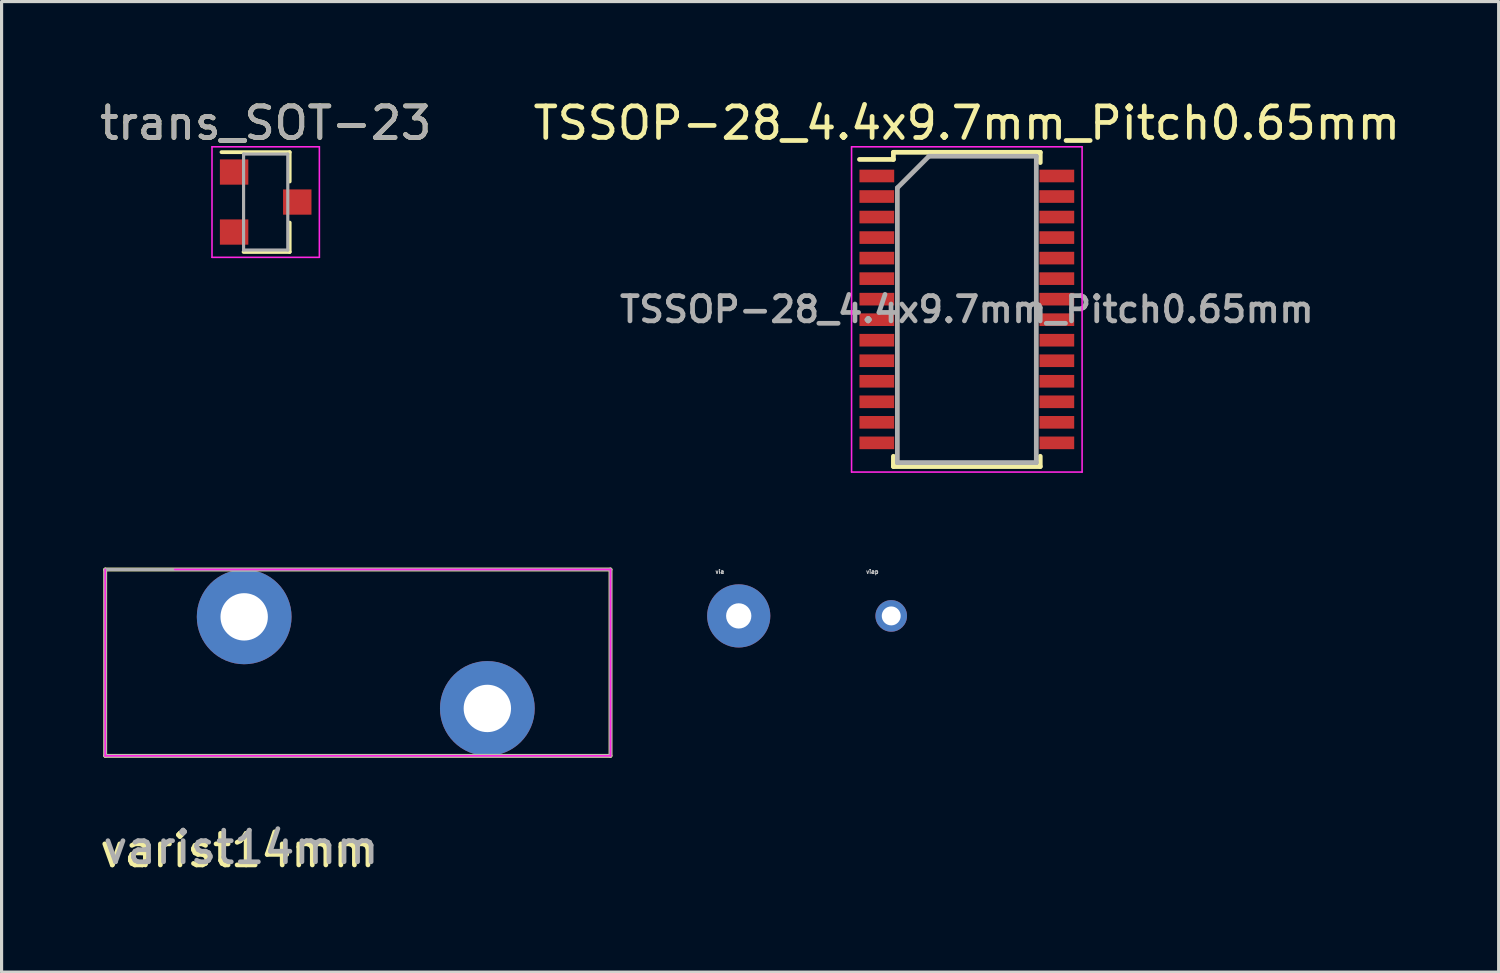
<source format=kicad_pcb>
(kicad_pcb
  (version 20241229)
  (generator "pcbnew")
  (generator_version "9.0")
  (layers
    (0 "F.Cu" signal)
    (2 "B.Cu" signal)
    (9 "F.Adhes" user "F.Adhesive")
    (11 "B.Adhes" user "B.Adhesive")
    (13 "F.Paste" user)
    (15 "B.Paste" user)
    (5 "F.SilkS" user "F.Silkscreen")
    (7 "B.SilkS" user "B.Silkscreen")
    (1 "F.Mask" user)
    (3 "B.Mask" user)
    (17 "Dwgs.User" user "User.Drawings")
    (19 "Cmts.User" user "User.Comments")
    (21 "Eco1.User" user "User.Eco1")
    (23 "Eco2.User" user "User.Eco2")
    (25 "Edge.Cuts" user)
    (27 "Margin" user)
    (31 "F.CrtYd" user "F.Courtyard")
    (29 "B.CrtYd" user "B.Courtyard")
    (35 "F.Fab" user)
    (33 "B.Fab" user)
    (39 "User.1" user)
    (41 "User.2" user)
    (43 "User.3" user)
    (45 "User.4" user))
  (footprint "viap"
    (layer "F.Cu")
    (at 25.171 16.453)
    (property "Reference" "viap" (at -0.6 -1.4 0) (layer "Dwgs.User") (effects (font (size 0.127 0.127) (thickness 0.032))))
    (attr through_hole)
    (pad "1" thru_hole circle (at 0 0) (size 1 1) (drill 0.6) (layers "*.Cu" "*.Mask")))
  (footprint "TSSOP-28_4.4x9.7mm_Pitch0.65mm"
    (layer "F.Cu")
    (at 27.565 6.748)
    (property "Reference" "TSSOP-28_4.4x9.7mm_Pitch0.65mm" (at 0 -5.9 0) (layer "F.SilkS") (effects (font (size 1 1) (thickness 0.15))))
    (attr smd)
    (fp_line (start -2.325 -4.975) (end -2.325 -4.75) (stroke (width 0.15) (type solid)) (layer "F.SilkS"))
    (fp_line (start -2.325 -4.975) (end 2.325 -4.975) (stroke (width 0.15) (type solid)) (layer "F.SilkS"))
    (fp_line (start -2.325 -4.75) (end -3.4 -4.75) (stroke (width 0.15) (type solid)) (layer "F.SilkS"))
    (fp_line (start -2.325 4.975) (end -2.325 4.65) (stroke (width 0.15) (type solid)) (layer "F.SilkS"))
    (fp_line (start -2.325 4.975) (end 2.325 4.975) (stroke (width 0.15) (type solid)) (layer "F.SilkS"))
    (fp_line (start 2.325 -4.975) (end 2.325 -4.65) (stroke (width 0.15) (type solid)) (layer "F.SilkS"))
    (fp_line (start 2.325 4.975) (end 2.325 4.65) (stroke (width 0.15) (type solid)) (layer "F.SilkS"))
    (fp_line (start -3.65 -5.15) (end -3.65 5.15) (stroke (width 0.05) (type solid)) (layer "F.CrtYd"))
    (fp_line (start -3.65 -5.15) (end 3.65 -5.15) (stroke (width 0.05) (type solid)) (layer "F.CrtYd"))
    (fp_line (start -3.65 5.15) (end 3.65 5.15) (stroke (width 0.05) (type solid)) (layer "F.CrtYd"))
    (fp_line (start 3.65 -5.15) (end 3.65 5.15) (stroke (width 0.05) (type solid)) (layer "F.CrtYd"))
    (fp_line (start -2.2 -3.85) (end -1.2 -4.85) (stroke (width 0.15) (type solid)) (layer "F.Fab"))
    (fp_line (start -2.2 4.85) (end -2.2 -3.85) (stroke (width 0.15) (type solid)) (layer "F.Fab"))
    (fp_line (start -1.2 -4.85) (end 2.2 -4.85) (stroke (width 0.15) (type solid)) (layer "F.Fab"))
    (fp_line (start 2.2 -4.85) (end 2.2 4.85) (stroke (width 0.15) (type solid)) (layer "F.Fab"))
    (fp_line (start 2.2 4.85) (end -2.2 4.85) (stroke (width 0.15) (type solid)) (layer "F.Fab"))
    (fp_text user "${REFERENCE}" (at 0 0 0) (layer "F.Fab") (effects (font (size 0.8 0.8) (thickness 0.15))))
    (pad "1" smd rect (at -2.85 -4.225) (size 1.1 0.4) (layers "F.Cu" "F.Mask" "F.Paste"))
    (pad "2" smd rect (at -2.85 -3.575) (size 1.1 0.4) (layers "F.Cu" "F.Mask" "F.Paste"))
    (pad "3" smd rect (at -2.85 -2.925) (size 1.1 0.4) (layers "F.Cu" "F.Mask" "F.Paste"))
    (pad "4" smd rect (at -2.85 -2.275) (size 1.1 0.4) (layers "F.Cu" "F.Mask" "F.Paste"))
    (pad "5" smd rect (at -2.85 -1.625) (size 1.1 0.4) (layers "F.Cu" "F.Mask" "F.Paste"))
    (pad "6" smd rect (at -2.85 -0.975) (size 1.1 0.4) (layers "F.Cu" "F.Mask" "F.Paste"))
    (pad "7" smd rect (at -2.85 -0.325) (size 1.1 0.4) (layers "F.Cu" "F.Mask" "F.Paste"))
    (pad "8" smd rect (at -2.85 0.325) (size 1.1 0.4) (layers "F.Cu" "F.Mask" "F.Paste"))
    (pad "9" smd rect (at -2.85 0.975) (size 1.1 0.4) (layers "F.Cu" "F.Mask" "F.Paste"))
    (pad "10" smd rect (at -2.85 1.625) (size 1.1 0.4) (layers "F.Cu" "F.Mask" "F.Paste"))
    (pad "11" smd rect (at -2.85 2.275) (size 1.1 0.4) (layers "F.Cu" "F.Mask" "F.Paste"))
    (pad "12" smd rect (at -2.85 2.925) (size 1.1 0.4) (layers "F.Cu" "F.Mask" "F.Paste"))
    (pad "13" smd rect (at -2.85 3.575) (size 1.1 0.4) (layers "F.Cu" "F.Mask" "F.Paste"))
    (pad "14" smd rect (at -2.85 4.225) (size 1.1 0.4) (layers "F.Cu" "F.Mask" "F.Paste"))
    (pad "15" smd rect (at 2.85 4.225) (size 1.1 0.4) (layers "F.Cu" "F.Mask" "F.Paste"))
    (pad "16" smd rect (at 2.85 3.575) (size 1.1 0.4) (layers "F.Cu" "F.Mask" "F.Paste"))
    (pad "17" smd rect (at 2.85 2.925) (size 1.1 0.4) (layers "F.Cu" "F.Mask" "F.Paste"))
    (pad "18" smd rect (at 2.85 2.275) (size 1.1 0.4) (layers "F.Cu" "F.Mask" "F.Paste"))
    (pad "19" smd rect (at 2.85 1.625) (size 1.1 0.4) (layers "F.Cu" "F.Mask" "F.Paste"))
    (pad "20" smd rect (at 2.85 0.975) (size 1.1 0.4) (layers "F.Cu" "F.Mask" "F.Paste"))
    (pad "21" smd rect (at 2.85 0.325) (size 1.1 0.4) (layers "F.Cu" "F.Mask" "F.Paste"))
    (pad "22" smd rect (at 2.85 -0.325) (size 1.1 0.4) (layers "F.Cu" "F.Mask" "F.Paste"))
    (pad "23" smd rect (at 2.85 -0.975) (size 1.1 0.4) (layers "F.Cu" "F.Mask" "F.Paste"))
    (pad "24" smd rect (at 2.85 -1.625) (size 1.1 0.4) (layers "F.Cu" "F.Mask" "F.Paste"))
    (pad "25" smd rect (at 2.85 -2.275) (size 1.1 0.4) (layers "F.Cu" "F.Mask" "F.Paste"))
    (pad "26" smd rect (at 2.85 -2.925) (size 1.1 0.4) (layers "F.Cu" "F.Mask" "F.Paste"))
    (pad "27" smd rect (at 2.85 -3.575) (size 1.1 0.4) (layers "F.Cu" "F.Mask" "F.Paste"))
    (pad "28" smd rect (at 2.85 -4.225) (size 1.1 0.4) (layers "F.Cu" "F.Mask" "F.Paste")))
  (footprint "varist14mm"
    (layer "F.Cu")
    (at 4.282 18.183)
    (property "Reference" "varist14mm" (at 0.2 5.7 0) (layer "F.SilkS") (effects (font (size 1 1) (thickness 0.15))))
    (attr through_hole)
    (fp_line (start -4 -3.2) (end -4 2.7) (stroke (width 0.12) (type solid)) (layer "F.SilkS"))
    (fp_line (start -4 -3.2) (end 12 -3.2) (stroke (width 0.12) (type solid)) (layer "F.SilkS"))
    (fp_line (start -4 2.7) (end 12 2.7) (stroke (width 0.12) (type solid)) (layer "F.SilkS"))
    (fp_line (start 12 -3.2) (end 12 2.7) (stroke (width 0.12) (type solid)) (layer "F.SilkS"))
    (fp_line (start -4 -3.2) (end -4 2.7) (stroke (width 0.05) (type solid)) (layer "F.CrtYd"))
    (fp_line (start -4 2.7) (end 12 2.7) (stroke (width 0.05) (type solid)) (layer "F.CrtYd"))
    (fp_line (start 12 -3.2) (end -1.8 -3.2) (stroke (width 0.05) (type solid)) (layer "F.CrtYd"))
    (fp_line (start 12 2.7) (end 12 -3.2) (stroke (width 0.05) (type solid)) (layer "F.CrtYd"))
    (fp_line (start -4 -3.2) (end -4 2.7) (stroke (width 0.1) (type solid)) (layer "F.Fab"))
    (fp_line (start -4 2.7) (end 12 2.7) (stroke (width 0.1) (type solid)) (layer "F.Fab"))
    (fp_line (start 12 -3.2) (end -4 -3.2) (stroke (width 0.1) (type solid)) (layer "F.Fab"))
    (fp_line (start 12 2.7) (end 12 -3.2) (stroke (width 0.1) (type solid)) (layer "F.Fab"))
    (fp_text user "${REFERENCE}" (at 0.3 5.6 0) (layer "F.Fab") (effects (font (size 1 1) (thickness 0.15))))
    (pad "1" thru_hole circle (at 0.4 -1.7) (size 3 3) (drill 1.5) (layers "*.Cu" "*.Mask"))
    (pad "2" thru_hole circle (at 8.1 1.2) (size 3 3) (drill 1.5) (layers "*.Cu" "*.Mask")))
  (footprint "via"
    (layer "F.Cu")
    (at 20.342 16.453)
    (property "Reference" "via" (at -0.6 -1.4 0) (layer "Dwgs.User") (effects (font (size 0.127 0.127) (thickness 0.032))))
    (attr through_hole)
    (pad "1" thru_hole circle (at 0 0) (size 2 2) (drill 0.8) (layers "*.Cu" "*.Mask")))
  (footprint "trans_SOT-23"
    (layer "F.Cu")
    (at 5.363 3.348)
    (property "Reference" "trans_SOT-23" (at 0 -2.5 0) (layer "F.SilkS") (effects (font (size 1 1) (thickness 0.15))))
    (attr smd)
    (fp_line (start 0.76 -1.58) (end -1.4 -1.58) (stroke (width 0.12) (type solid)) (layer "F.SilkS"))
    (fp_line (start 0.76 -1.58) (end 0.76 -0.65) (stroke (width 0.12) (type solid)) (layer "F.SilkS"))
    (fp_line (start 0.76 1.58) (end -0.7 1.58) (stroke (width 0.12) (type solid)) (layer "F.SilkS"))
    (fp_line (start 0.76 1.58) (end 0.76 0.65) (stroke (width 0.12) (type solid)) (layer "F.SilkS"))
    (fp_line (start -1.7 -1.75) (end 1.7 -1.75) (stroke (width 0.05) (type solid)) (layer "F.CrtYd"))
    (fp_line (start -1.7 1.75) (end -1.7 -1.75) (stroke (width 0.05) (type solid)) (layer "F.CrtYd"))
    (fp_line (start 1.7 -1.75) (end 1.7 1.75) (stroke (width 0.05) (type solid)) (layer "F.CrtYd"))
    (fp_line (start 1.7 1.75) (end -1.7 1.75) (stroke (width 0.05) (type solid)) (layer "F.CrtYd"))
    (fp_line (start -0.7 -1.52) (end -0.7 1.52) (stroke (width 0.1) (type solid)) (layer "F.Fab"))
    (fp_line (start -0.7 -1.52) (end 0.7 -1.52) (stroke (width 0.1) (type solid)) (layer "F.Fab"))
    (fp_line (start -0.7 1.52) (end 0.7 1.52) (stroke (width 0.1) (type solid)) (layer "F.Fab"))
    (fp_line (start 0.7 -1.52) (end 0.7 1.52) (stroke (width 0.1) (type solid)) (layer "F.Fab"))
    (fp_text user "${REFERENCE}" (at 0 -2.5 0) (layer "F.Fab") (effects (font (size 1 1) (thickness 0.15))))
    (pad "1" smd rect (at -1 -0.95) (size 0.9 0.8) (layers "F.Cu" "F.Mask" "F.Paste"))
    (pad "2" smd rect (at -1 0.95) (size 0.9 0.8) (layers "F.Cu" "F.Mask" "F.Paste"))
    (pad "3" smd rect (at 1 0) (size 0.9 0.8) (layers "F.Cu" "F.Mask" "F.Paste")))
  (gr_rect
    (start -3 -3)
    (end 44.405 27.732)
    (stroke (width 0.1) (type default))
    (fill no)
    (layer "Edge.Cuts")))
</source>
